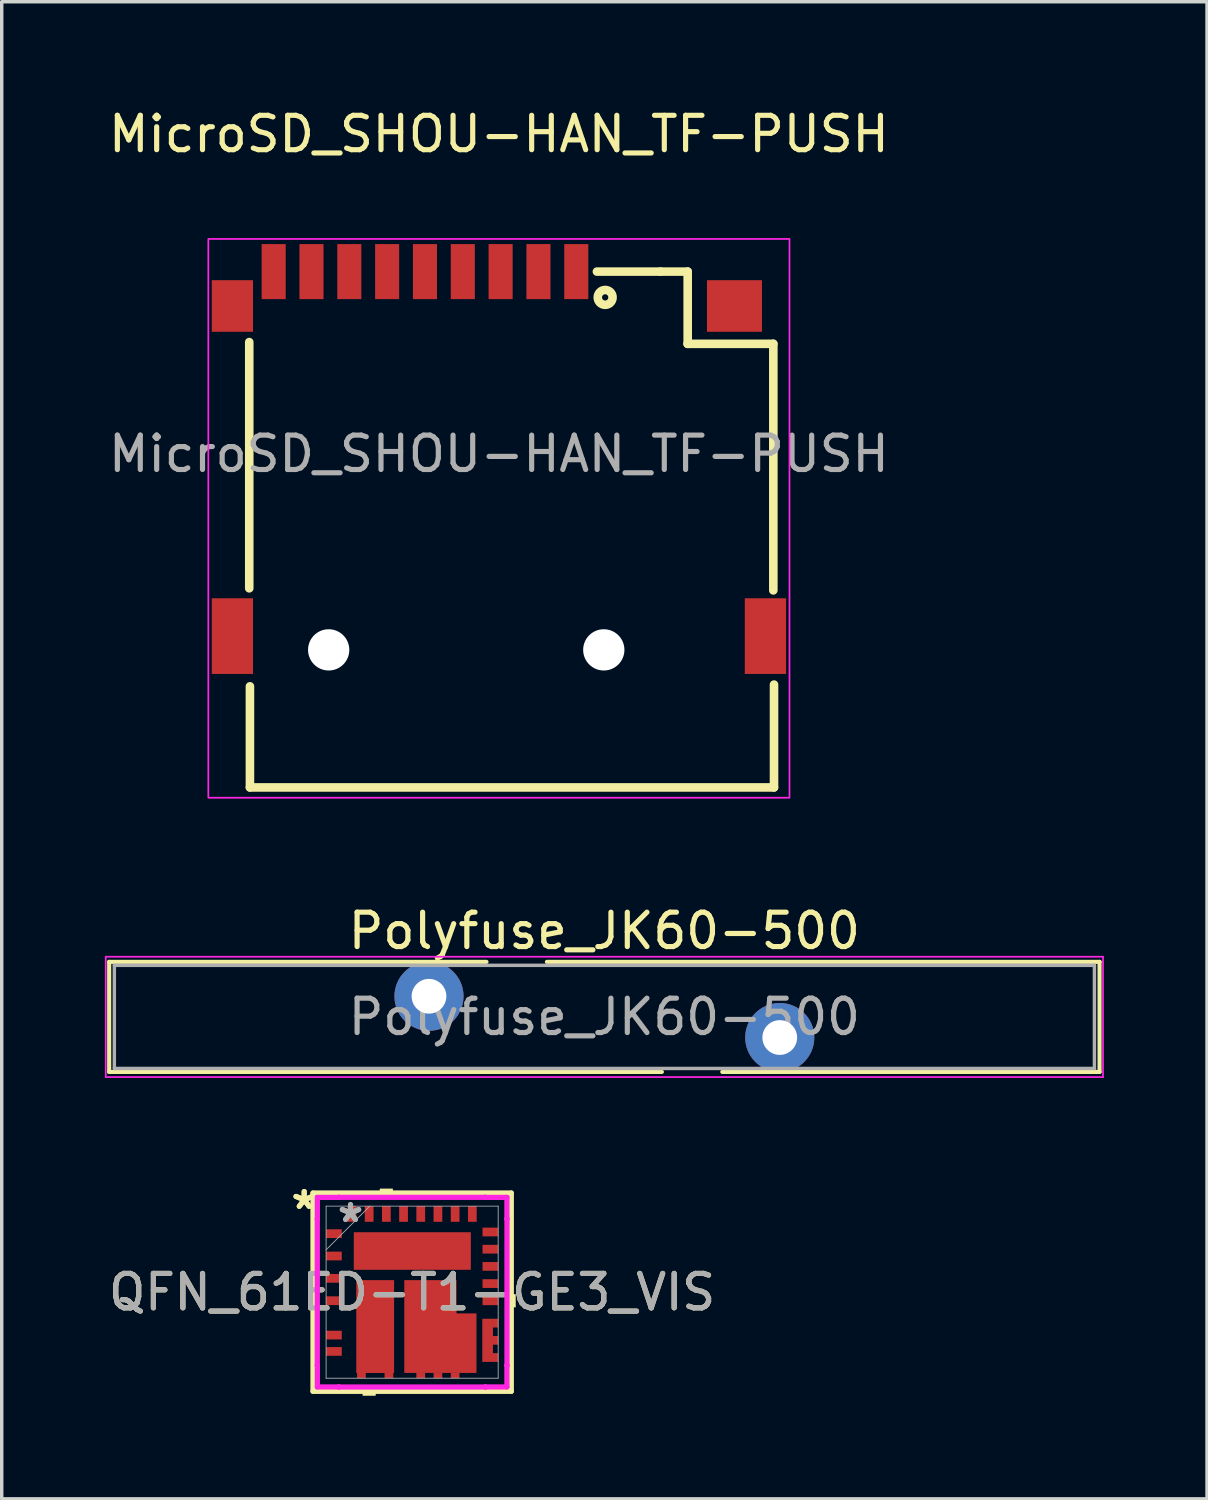
<source format=kicad_pcb>
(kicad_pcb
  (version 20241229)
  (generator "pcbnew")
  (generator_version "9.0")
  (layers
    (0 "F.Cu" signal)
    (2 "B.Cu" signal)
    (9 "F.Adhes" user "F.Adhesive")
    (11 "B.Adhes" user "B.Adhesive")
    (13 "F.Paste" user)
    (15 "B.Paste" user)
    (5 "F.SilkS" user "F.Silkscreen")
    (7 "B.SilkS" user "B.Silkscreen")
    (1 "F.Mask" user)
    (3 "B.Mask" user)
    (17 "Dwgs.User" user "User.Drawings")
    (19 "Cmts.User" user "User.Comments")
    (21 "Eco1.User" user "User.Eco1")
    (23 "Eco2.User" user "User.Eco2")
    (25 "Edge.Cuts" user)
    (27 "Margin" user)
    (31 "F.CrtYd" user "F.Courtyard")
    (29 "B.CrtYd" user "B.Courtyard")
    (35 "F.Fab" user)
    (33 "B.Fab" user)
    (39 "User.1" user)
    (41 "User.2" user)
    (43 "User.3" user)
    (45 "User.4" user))
  (footprint "MicroSD_SHOU-HAN_TF-PUSH"
    (layer "F.Cu")
    (at 11.458 10.148)
    (property "Reference" "MicroSD_SHOU-HAN_TF-PUSH" (at 0 -9.3 0) (layer "F.SilkS") (effects (font (size 1 1) (thickness 0.15))))
    (attr smd)
    (fp_line (start -7.26 -3.25) (end -7.26 3.91) (stroke (width 0.25) (type solid)) (layer "F.SilkS"))
    (fp_line (start -7.24 9.7) (end -7.24 6.76) (stroke (width 0.25) (type solid)) (layer "F.SilkS"))
    (fp_line (start -7.24 9.7) (end 8 9.7) (stroke (width 0.25) (type solid)) (layer "F.SilkS"))
    (fp_line (start 4.7 -5.3) (end 2.85 -5.3) (stroke (width 0.25) (type solid)) (layer "F.SilkS"))
    (fp_line (start 4.7 -5.3) (end 5.49 -5.3) (stroke (width 0.25) (type solid)) (layer "F.SilkS"))
    (fp_line (start 5.49 -5.3) (end 5.49 -3.2) (stroke (width 0.25) (type solid)) (layer "F.SilkS"))
    (fp_line (start 5.49 -3.2) (end 5.5 -3.2) (stroke (width 0.25) (type solid)) (layer "F.SilkS"))
    (fp_line (start 7.98 -3.2) (end 5.49 -3.2) (stroke (width 0.25) (type solid)) (layer "F.SilkS"))
    (fp_line (start 7.98 3.97) (end 7.98 -3.2) (stroke (width 0.25) (type solid)) (layer "F.SilkS"))
    (fp_line (start 8 9.7) (end 8 6.71) (stroke (width 0.25) (type solid)) (layer "F.SilkS"))
    (fp_circle (center 3.09 -4.55) (end 3.3 -4.5) (stroke (width 0.25) (type solid)) (fill no) (layer "F.SilkS"))
    (fp_circle (center -4.95 5.7) (end -4.75 5.7) (stroke (width 0.4) (type solid)) (fill no) (layer "Cmts.User"))
    (fp_circle (center 3.05 5.7) (end 3.25 5.7) (stroke (width 0.4) (type solid)) (fill no) (layer "Cmts.User"))
    (fp_rect (start -8.45 -6.25) (end 8.45 10) (stroke (width 0.05) (type default)) (fill no) (layer "F.CrtYd"))
    (fp_text user "${REFERENCE}" (at 0 0 0) (layer "F.Fab") (effects (font (size 1 1) (thickness 0.15))))
    (pad "" np_thru_hole circle (at -4.95 5.7) (size 1.2 1.2) (drill 1.2) (layers "*.Cu" "*.Mask"))
    (pad "" np_thru_hole circle (at 3.05 5.7) (size 1.2 1.2) (drill 1.2) (layers "*.Cu" "*.Mask"))
    (pad "1" smd rect (at 2.25 -5.3) (size 0.7 1.6) (layers "F.Cu" "F.Mask" "F.Paste"))
    (pad "2" smd rect (at 1.15 -5.3) (size 0.7 1.6) (layers "F.Cu" "F.Mask" "F.Paste"))
    (pad "3" smd rect (at 0.05 -5.3) (size 0.7 1.6) (layers "F.Cu" "F.Mask" "F.Paste"))
    (pad "4" smd rect (at -1.05 -5.3) (size 0.7 1.6) (layers "F.Cu" "F.Mask" "F.Paste"))
    (pad "5" smd rect (at -2.15 -5.3) (size 0.7 1.6) (layers "F.Cu" "F.Mask" "F.Paste"))
    (pad "6" smd rect (at -3.25 -5.3) (size 0.7 1.6) (layers "F.Cu" "F.Mask" "F.Paste"))
    (pad "7" smd rect (at -4.35 -5.3) (size 0.7 1.6) (layers "F.Cu" "F.Mask" "F.Paste"))
    (pad "8" smd rect (at -5.45 -5.3) (size 0.7 1.6) (layers "F.Cu" "F.Mask" "F.Paste"))
    (pad "9" smd rect (at -6.55 -5.3) (size 0.7 1.6) (layers "F.Cu" "F.Mask" "F.Paste"))
    (pad "10" smd rect (at -7.75 -4.3) (size 1.2 1.5) (layers "F.Cu" "F.Mask" "F.Paste"))
    (pad "10" smd rect (at -7.75 5.3) (size 1.2 2.2) (layers "F.Cu" "F.Mask" "F.Paste"))
    (pad "10" smd rect (at 6.85 -4.3) (size 1.6 1.5) (layers "F.Cu" "F.Mask" "F.Paste"))
    (pad "10" smd rect (at 7.75 5.3) (size 1.2 2.2) (layers "F.Cu" "F.Mask" "F.Paste")))
  (footprint "Polyfuse_JK60-500"
    (layer "F.Cu")
    (at 14.525 26.521)
    (property "Reference" "Polyfuse_JK60-500" (at 0 -2.5 0) (layer "F.SilkS") (effects (font (size 1 1) (thickness 0.15))))
    (attr through_hole)
    (fp_line (start -14.4 -1.6) (end -14.4 1.6) (stroke (width 0.12) (type solid)) (layer "F.SilkS"))
    (fp_line (start -14.4 -1.6) (end -3.429 -1.6) (stroke (width 0.12) (type solid)) (layer "F.SilkS"))
    (fp_line (start -14.4 1.6) (end 1.672 1.6) (stroke (width 0.12) (type solid)) (layer "F.SilkS"))
    (fp_line (start -1.671 -1.6) (end 14.4 -1.6) (stroke (width 0.12) (type solid)) (layer "F.SilkS"))
    (fp_line (start 3.429 1.6) (end 14.4 1.6) (stroke (width 0.12) (type solid)) (layer "F.SilkS"))
    (fp_line (start 14.4 -1.6) (end 14.4 1.6) (stroke (width 0.12) (type solid)) (layer "F.SilkS"))
    (fp_line (start -14.5 -1.75) (end -14.5 1.75) (stroke (width 0.05) (type solid)) (layer "F.CrtYd"))
    (fp_line (start -14.5 1.75) (end 14.5 1.75) (stroke (width 0.05) (type solid)) (layer "F.CrtYd"))
    (fp_line (start 14.5 -1.75) (end -14.5 -1.75) (stroke (width 0.05) (type solid)) (layer "F.CrtYd"))
    (fp_line (start 14.5 1.75) (end 14.5 -1.75) (stroke (width 0.05) (type solid)) (layer "F.CrtYd"))
    (fp_line (start -14.25 -1.5) (end -14.25 1.5) (stroke (width 0.1) (type solid)) (layer "F.Fab"))
    (fp_line (start -14.25 1.5) (end 14.25 1.5) (stroke (width 0.1) (type solid)) (layer "F.Fab"))
    (fp_line (start 14.25 -1.5) (end -14.25 -1.5) (stroke (width 0.1) (type solid)) (layer "F.Fab"))
    (fp_line (start 14.25 1.5) (end 14.25 -1.5) (stroke (width 0.1) (type solid)) (layer "F.Fab"))
    (fp_text user "${REFERENCE}" (at 0 0 0) (layer "F.Fab") (effects (font (size 1 1) (thickness 0.15))))
    (pad "1" thru_hole circle (at -5.1 -0.6) (size 2.01 2.01) (drill 1.01) (layers "*.Cu" "*.Mask"))
    (pad "2" thru_hole circle (at 5.1 0.6) (size 2.01 2.01) (drill 1.01) (layers "*.Cu" "*.Mask")))
  (footprint "QFN_61ED-T1-GE3_VIS"
    (layer "F.Cu")
    (at 8.935 34.526)
    (property "Reference" "QFN_61ED-T1-GE3_VIS" (at 0 0 0) (unlocked yes) (layer "F.SilkS") (effects (font (size 1 1) (thickness 0.15))))
    (attr smd)
    (fp_line (start -2.883 -2.883) (end -2.883 2.883) (stroke (width 0.152) (type solid)) (layer "F.SilkS"))
    (fp_line (start -2.883 2.883) (end 2.883 2.883) (stroke (width 0.152) (type solid)) (layer "F.SilkS"))
    (fp_line (start 2.883 -2.883) (end -2.883 -2.883) (stroke (width 0.152) (type solid)) (layer "F.SilkS"))
    (fp_line (start 2.883 2.883) (end 2.883 -2.883) (stroke (width 0.152) (type solid)) (layer "F.SilkS"))
    (fp_poly (pts (xy -1.441 2.758) (xy -1.441 3.012) (xy -1.06 3.012) (xy -1.06 2.758)) (stroke (width 0) (type solid)) (fill yes) (layer "F.SilkS"))
    (fp_poly (pts (xy -0.941 -2.758) (xy -0.941 -3.012) (xy -0.56 -3.012) (xy -0.56 -2.758)) (stroke (width 0) (type solid)) (fill yes) (layer "F.SilkS"))
    (fp_poly (pts (xy 3.012 0.059) (xy 3.012 0.441) (xy 2.758 0.441) (xy 2.758 0.059)) (stroke (width 0) (type solid)) (fill yes) (layer "F.SilkS"))
    (fp_line (start -2.758 -2.131) (end -2.756 -2.131) (stroke (width 0.152) (type solid)) (layer "F.CrtYd"))
    (fp_line (start -2.758 2.131) (end -2.758 -2.131) (stroke (width 0.152) (type solid)) (layer "F.CrtYd"))
    (fp_line (start -2.756 -2.756) (end -2.131 -2.756) (stroke (width 0.152) (type solid)) (layer "F.CrtYd"))
    (fp_line (start -2.756 -2.131) (end -2.756 -2.756) (stroke (width 0.152) (type solid)) (layer "F.CrtYd"))
    (fp_line (start -2.756 2.131) (end -2.758 2.131) (stroke (width 0.152) (type solid)) (layer "F.CrtYd"))
    (fp_line (start -2.756 2.756) (end -2.756 2.131) (stroke (width 0.152) (type solid)) (layer "F.CrtYd"))
    (fp_line (start -2.131 -2.758) (end 2.131 -2.758) (stroke (width 0.152) (type solid)) (layer "F.CrtYd"))
    (fp_line (start -2.131 -2.756) (end -2.131 -2.758) (stroke (width 0.152) (type solid)) (layer "F.CrtYd"))
    (fp_line (start -2.131 2.756) (end -2.756 2.756) (stroke (width 0.152) (type solid)) (layer "F.CrtYd"))
    (fp_line (start -2.131 2.758) (end -2.131 2.756) (stroke (width 0.152) (type solid)) (layer "F.CrtYd"))
    (fp_line (start 2.131 -2.758) (end 2.131 -2.756) (stroke (width 0.152) (type solid)) (layer "F.CrtYd"))
    (fp_line (start 2.131 -2.756) (end 2.756 -2.756) (stroke (width 0.152) (type solid)) (layer "F.CrtYd"))
    (fp_line (start 2.131 2.756) (end 2.131 2.758) (stroke (width 0.152) (type solid)) (layer "F.CrtYd"))
    (fp_line (start 2.131 2.758) (end -2.131 2.758) (stroke (width 0.152) (type solid)) (layer "F.CrtYd"))
    (fp_line (start 2.756 -2.756) (end 2.756 -2.131) (stroke (width 0.152) (type solid)) (layer "F.CrtYd"))
    (fp_line (start 2.756 -2.131) (end 2.758 -2.131) (stroke (width 0.152) (type solid)) (layer "F.CrtYd"))
    (fp_line (start 2.756 2.131) (end 2.756 2.756) (stroke (width 0.152) (type solid)) (layer "F.CrtYd"))
    (fp_line (start 2.756 2.756) (end 2.131 2.756) (stroke (width 0.152) (type solid)) (layer "F.CrtYd"))
    (fp_line (start 2.758 -2.131) (end 2.758 2.131) (stroke (width 0.152) (type solid)) (layer "F.CrtYd"))
    (fp_line (start 2.758 2.131) (end 2.756 2.131) (stroke (width 0.152) (type solid)) (layer "F.CrtYd"))
    (fp_line (start -2.502 -2.502) (end -2.502 2.502) (stroke (width 0.025) (type solid)) (layer "F.Fab"))
    (fp_line (start -2.502 -1.232) (end -1.232 -2.502) (stroke (width 0.025) (type solid)) (layer "F.Fab"))
    (fp_line (start -2.502 2.502) (end 2.502 2.502) (stroke (width 0.025) (type solid)) (layer "F.Fab"))
    (fp_line (start 2.502 -2.502) (end -2.502 -2.502) (stroke (width 0.025) (type solid)) (layer "F.Fab"))
    (fp_line (start 2.502 2.502) (end 2.502 -2.502) (stroke (width 0.025) (type solid)) (layer "F.Fab"))
    (fp_text user "*" (at -3.139 -2.381 0) (unlocked yes) (layer "F.SilkS") (effects (font (size 1 1) (thickness 0.15))))
    (fp_text user "*" (at -3.139 -2.381 0) (layer "F.SilkS") (effects (font (size 1 1) (thickness 0.15))))
    (fp_text user "*" (at -1.792 -2 0) (layer "F.Fab") (effects (font (size 1 1) (thickness 0.15))))
    (fp_text user "*" (at -1.792 -2 0) (unlocked yes) (layer "F.Fab") (effects (font (size 1 1) (thickness 0.15))))
    (fp_text user "${REFERENCE}" (at 0 0 0) (unlocked yes) (layer "F.Fab") (effects (font (size 1 1) (thickness 0.15))))
    (pad "1" smd rect (at -2.275 -1.702 90) (size 0.254 0.457) (layers "F.Cu" "F.Mask" "F.Paste"))
    (pad "2" smd rect (at -2.275 -1.052 90) (size 0.254 0.457) (layers "F.Cu" "F.Mask" "F.Paste"))
    (pad "3" smd rect (at -2.275 -0.402 90) (size 0.254 0.457) (layers "F.Cu" "F.Mask" "F.Paste"))
    (pad "4" smd rect (at -2.275 0.248 90) (size 0.254 0.457) (layers "F.Cu" "F.Mask" "F.Paste"))
    (pad "5" smd rect (at -2.275 1.248 90) (size 0.254 0.457) (layers "F.Cu" "F.Mask" "F.Paste"))
    (pad "6" smd rect (at -2.275 1.723 90) (size 0.254 0.457) (layers "F.Cu" "F.Mask" "F.Paste"))
    (pad "7" smd rect (at -1.475 2.426) (size 0.254 0.152) (layers "F.Cu" "F.Mask" "F.Paste"))
    (pad "8" smd rect (at -0.675 2.426) (size 0.254 0.152) (layers "F.Cu" "F.Mask" "F.Paste"))
    (pad "9" smd rect (at 0.25 2.426) (size 0.254 0.152) (layers "F.Cu" "F.Mask" "F.Paste"))
    (pad "10" smd rect (at 0.75 2.426) (size 0.254 0.152) (layers "F.Cu" "F.Mask" "F.Paste"))
    (pad "11" smd rect (at 1.25 2.426) (size 0.254 0.152) (layers "F.Cu" "F.Mask" "F.Paste"))
    (pad "12" smd custom (at 2.421 1.9 90) (size 0.254 0.162) (layers "F.Cu" "F.Mask" "F.Paste") (options (anchor rect)) (primitives (gr_rect (start -0.127 -0.381) (end 1.127 -0.071) (width 0) (fill yes))))
    (pad "13" smd rect (at 2.426 1.4 90) (size 0.254 0.152) (layers "F.Cu" "F.Mask" "F.Paste"))
    (pad "14" smd rect (at 2.426 0.9 90) (size 0.254 0.152) (layers "F.Cu" "F.Mask" "F.Paste"))
    (pad "15" smd rect (at 2.275 0.25 90) (size 0.254 0.457) (layers "F.Cu" "F.Mask" "F.Paste"))
    (pad "16" smd rect (at 2.275 -0.25 90) (size 0.254 0.457) (layers "F.Cu" "F.Mask" "F.Paste"))
    (pad "17" smd rect (at 2.275 -0.75 90) (size 0.254 0.457) (layers "F.Cu" "F.Mask" "F.Paste"))
    (pad "18" smd rect (at 2.275 -1.25 90) (size 0.254 0.457) (layers "F.Cu" "F.Mask" "F.Paste"))
    (pad "19" smd rect (at 2.275 -1.75 90) (size 0.254 0.457) (layers "F.Cu" "F.Mask" "F.Paste"))
    (pad "20" smd rect (at 1.75 -2.275) (size 0.254 0.457) (layers "F.Cu" "F.Mask" "F.Paste"))
    (pad "21" smd rect (at 1.25 -2.275) (size 0.254 0.457) (layers "F.Cu" "F.Mask" "F.Paste"))
    (pad "22" smd rect (at 0.75 -2.275) (size 0.254 0.457) (layers "F.Cu" "F.Mask" "F.Paste"))
    (pad "23" smd rect (at 0.25 -2.275) (size 0.254 0.457) (layers "F.Cu" "F.Mask" "F.Paste"))
    (pad "24" smd rect (at -0.25 -2.275) (size 0.254 0.457) (layers "F.Cu" "F.Mask" "F.Paste"))
    (pad "25" smd rect (at -0.75 -2.275) (size 0.254 0.457) (layers "F.Cu" "F.Mask" "F.Paste"))
    (pad "26" smd rect (at -1.25 -2.275) (size 0.254 0.457) (layers "F.Cu" "F.Mask" "F.Paste"))
    (pad "27" smd rect (at -1.75 -2.275) (size 0.254 0.457) (layers "F.Cu" "F.Mask" "F.Paste"))
    (pad "28" smd rect (at 0.005 -1.197) (size 3.404 1.092) (layers "F.Cu" "F.Mask" "F.Paste"))
    (pad "29" smd rect (at -1.075 1) (size 1.1 2.7) (layers "F.Cu" "F.Mask" "F.Paste"))
    (pad "30" smd custom (at 0.531 0.999) (size 1.52 2.7) (layers "F.Cu" "F.Mask" "F.Paste") (options (anchor rect)) (primitives (gr_rect (start 0.76 -0.381) (end 1.34 1.349) (width 0) (fill yes)) (gr_poly (pts (xy -0.76 -1.35) (xy 0.76 -1.35) (xy 0.76 -0.381) (xy 1.34 -0.381) (xy 1.34 1.349) (xy -0.76 1.35)) (width 0) (fill yes)))))
  (gr_rect
    (start -3 -3)
    (end 32.05 40.537)
    (stroke (width 0.1) (type default))
    (fill no)
    (layer "Edge.Cuts")))
</source>
